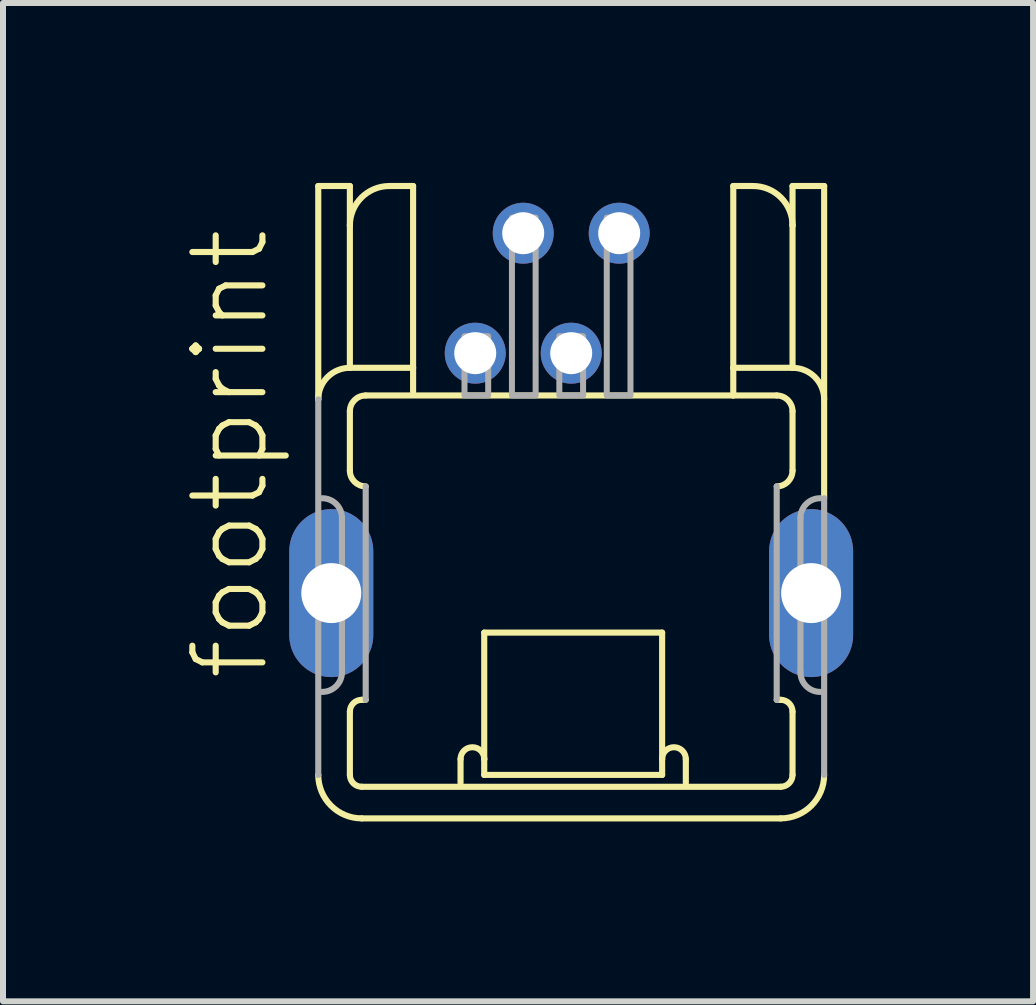
<source format=kicad_pcb>
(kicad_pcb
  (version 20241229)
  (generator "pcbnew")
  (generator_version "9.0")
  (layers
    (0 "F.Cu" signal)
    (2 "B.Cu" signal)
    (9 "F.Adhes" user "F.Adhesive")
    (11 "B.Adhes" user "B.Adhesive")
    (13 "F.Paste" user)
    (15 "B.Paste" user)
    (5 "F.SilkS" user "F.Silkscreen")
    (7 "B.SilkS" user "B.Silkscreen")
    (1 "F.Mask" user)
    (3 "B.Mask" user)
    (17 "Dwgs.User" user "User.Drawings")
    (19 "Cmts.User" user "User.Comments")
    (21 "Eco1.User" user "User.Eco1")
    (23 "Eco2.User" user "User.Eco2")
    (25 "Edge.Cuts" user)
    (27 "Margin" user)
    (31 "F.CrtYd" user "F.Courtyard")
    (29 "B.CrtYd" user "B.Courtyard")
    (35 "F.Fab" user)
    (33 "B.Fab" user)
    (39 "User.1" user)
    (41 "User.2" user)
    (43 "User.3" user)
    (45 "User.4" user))
  (footprint "footprint"
    (layer "F.Cu")
    (at 6.473 6.838)
    (property "Reference" "footprint" (at -5 1.5 90) (layer "F.SilkS") (effects (font (size 1.168 1.168) (thickness 0.102)) (justify left bottom)))
    (fp_line (start -4.217 -6.787) (end -4.217 -3.229) (stroke (width 0.102) (type solid)) (layer "F.SilkS"))
    (fp_line (start -4.217 -6.787) (end -3.69 -6.787) (stroke (width 0.102) (type solid)) (layer "F.SilkS"))
    (fp_line (start -4.217 -3.229) (end -4.217 -3.229) (stroke (width 0.102) (type solid)) (layer "F.SilkS"))
    (fp_line (start -4.217 3.031) (end -4.217 3.031) (stroke (width 0.102) (type solid)) (layer "F.SilkS"))
    (fp_line (start -3.69 -6.787) (end -3.69 -6.128) (stroke (width 0.102) (type solid)) (layer "F.SilkS"))
    (fp_line (start -3.69 -6.128) (end -3.69 -3.756) (stroke (width 0.102) (type solid)) (layer "F.SilkS"))
    (fp_line (start -3.69 -3.756) (end -2.636 -3.756) (stroke (width 0.102) (type solid)) (layer "F.SilkS"))
    (fp_line (start -3.69 -3.031) (end -3.69 -2.043) (stroke (width 0.102) (type solid)) (layer "F.SilkS"))
    (fp_line (start -3.69 1.977) (end -3.69 3.031) (stroke (width 0.102) (type solid)) (layer "F.SilkS"))
    (fp_line (start -3.492 3.229) (end 3.492 3.229) (stroke (width 0.102) (type solid)) (layer "F.SilkS"))
    (fp_line (start -3.492 3.756) (end 3.492 3.756) (stroke (width 0.102) (type solid)) (layer "F.SilkS"))
    (fp_line (start -3.426 1.779) (end -3.492 1.779) (stroke (width 0.102) (type solid)) (layer "F.SilkS"))
    (fp_line (start -2.636 -6.787) (end -3.031 -6.787) (stroke (width 0.102) (type solid)) (layer "F.SilkS"))
    (fp_line (start -2.636 -3.756) (end -2.636 -6.787) (stroke (width 0.102) (type solid)) (layer "F.SilkS"))
    (fp_line (start -2.636 -3.756) (end -2.636 -3.36) (stroke (width 0.102) (type solid)) (layer "F.SilkS"))
    (fp_line (start -1.845 3.163) (end -1.845 2.767) (stroke (width 0.102) (type solid)) (layer "F.SilkS"))
    (fp_line (start -1.45 0.659) (end 1.516 0.659) (stroke (width 0.102) (type solid)) (layer "F.SilkS"))
    (fp_line (start -1.45 2.767) (end -1.45 0.659) (stroke (width 0.102) (type solid)) (layer "F.SilkS"))
    (fp_line (start -1.45 3.031) (end -1.45 2.767) (stroke (width 0.102) (type solid)) (layer "F.SilkS"))
    (fp_line (start 1.516 0.659) (end 1.516 2.767) (stroke (width 0.102) (type solid)) (layer "F.SilkS"))
    (fp_line (start 1.516 2.767) (end 1.516 3.031) (stroke (width 0.102) (type solid)) (layer "F.SilkS"))
    (fp_line (start 1.516 3.031) (end -1.45 3.031) (stroke (width 0.102) (type solid)) (layer "F.SilkS"))
    (fp_line (start 1.911 3.163) (end 1.911 2.767) (stroke (width 0.102) (type solid)) (layer "F.SilkS"))
    (fp_line (start 2.702 -6.787) (end 2.702 -3.756) (stroke (width 0.102) (type solid)) (layer "F.SilkS"))
    (fp_line (start 2.702 -6.787) (end 3.031 -6.787) (stroke (width 0.102) (type solid)) (layer "F.SilkS"))
    (fp_line (start 2.702 -3.756) (end 2.702 -3.295) (stroke (width 0.102) (type solid)) (layer "F.SilkS"))
    (fp_line (start 2.702 -3.756) (end 3.69 -3.756) (stroke (width 0.102) (type solid)) (layer "F.SilkS"))
    (fp_line (start 2.702 -3.295) (end -3.426 -3.295) (stroke (width 0.102) (type solid)) (layer "F.SilkS"))
    (fp_line (start 2.702 -3.295) (end 3.426 -3.295) (stroke (width 0.102) (type solid)) (layer "F.SilkS"))
    (fp_line (start 3.492 1.779) (end 3.426 1.779) (stroke (width 0.102) (type solid)) (layer "F.SilkS"))
    (fp_line (start 3.69 -6.787) (end 3.69 -6.128) (stroke (width 0.102) (type solid)) (layer "F.SilkS"))
    (fp_line (start 3.69 -6.128) (end 3.69 -3.756) (stroke (width 0.102) (type solid)) (layer "F.SilkS"))
    (fp_line (start 3.69 -3.031) (end 3.69 -2.043) (stroke (width 0.102) (type solid)) (layer "F.SilkS"))
    (fp_line (start 3.69 1.977) (end 3.69 3.031) (stroke (width 0.102) (type solid)) (layer "F.SilkS"))
    (fp_line (start 4.217 -6.787) (end 3.69 -6.787) (stroke (width 0.102) (type solid)) (layer "F.SilkS"))
    (fp_line (start 4.217 -1.581) (end 4.217 -6.787) (stroke (width 0.102) (type solid)) (layer "F.SilkS"))
    (fp_arc (start -4.217 -3.228698) (mid -4.062587 -3.601386) (end -3.6899 -3.7558) (stroke (width 0.1016) (type solid)) (layer "F.SilkS"))
    (fp_arc (start -3.6899 -6.127898) (mid -3.496884 -6.593782) (end -3.031 -6.7868) (stroke (width 0.1016) (type solid)) (layer "F.SilkS"))
    (fp_arc (start -3.6899 -3.0309) (mid -3.612693 -3.217293) (end -3.4263 -3.2945) (stroke (width 0.1016) (type solid)) (layer "F.SilkS"))
    (fp_arc (start -3.6899 1.9768) (mid -3.631995 1.837005) (end -3.4922 1.7791) (stroke (width 0.1016) (type solid)) (layer "F.SilkS"))
    (fp_arc (start -3.4922 3.2287) (mid -3.631966 3.170766) (end -3.6899 3.031) (stroke (width 0.1016) (type solid)) (layer "F.SilkS"))
    (fp_arc (start -3.4922 3.7557) (mid -4.004711 3.543411) (end -4.217 3.0309) (stroke (width 0.1016) (type solid)) (layer "F.SilkS"))
    (fp_arc (start -3.4263 -1.779) (mid -3.612693 -1.856207) (end -3.6899 -2.0426) (stroke (width 0.1016) (type solid)) (layer "F.SilkS"))
    (fp_arc (start -1.8449 2.7674) (mid -1.64725 2.56975) (end -1.4496 2.7674) (stroke (width 0.1016) (type solid)) (layer "F.SilkS"))
    (fp_arc (start 1.5155 2.7674) (mid 1.7132 2.5697) (end 1.9109 2.7674) (stroke (width 0.1016) (type solid)) (layer "F.SilkS"))
    (fp_arc (start 3.031 -6.7868) (mid 3.496913 -6.593813) (end 3.6899 -6.1279) (stroke (width 0.1016) (type solid)) (layer "F.SilkS"))
    (fp_arc (start 3.4263 -3.2945) (mid 3.612693 -3.217293) (end 3.6899 -3.0309) (stroke (width 0.1016) (type solid)) (layer "F.SilkS"))
    (fp_arc (start 3.492199 1.779099) (mid 3.632083 1.836916) (end 3.6899 1.9768) (stroke (width 0.1016) (type solid)) (layer "F.SilkS"))
    (fp_arc (start 3.6899 -2.0426) (mid 3.612693 -1.856207) (end 3.4263 -1.779) (stroke (width 0.1016) (type solid)) (layer "F.SilkS"))
    (fp_arc (start 3.6899 3.031) (mid 3.631995 3.170795) (end 3.4922 3.2287) (stroke (width 0.1016) (type solid)) (layer "F.SilkS"))
    (fp_arc (start 3.69 -3.7558) (mid 4.062716 -3.601416) (end 4.2171 -3.2287) (stroke (width 0.1016) (type solid)) (layer "F.SilkS"))
    (fp_arc (start 4.217 3.031) (mid 4.004711 3.543511) (end 3.4922 3.7558) (stroke (width 0.1016) (type solid)) (layer "F.SilkS"))
    (fp_line (start -4.217 -3.229) (end -4.217 3.031) (stroke (width 0.102) (type solid)) (layer "F.Fab"))
    (fp_line (start -3.822 -1.252) (end -3.822 1.318) (stroke (width 0.102) (type solid)) (layer "F.Fab"))
    (fp_line (start -3.426 -1.779) (end -3.426 1.779) (stroke (width 0.102) (type solid)) (layer "F.Fab"))
    (fp_line (start 3.426 1.779) (end 3.426 -1.779) (stroke (width 0.102) (type solid)) (layer "F.Fab"))
    (fp_line (start 3.822 1.318) (end 3.822 -1.252) (stroke (width 0.102) (type solid)) (layer "F.Fab"))
    (fp_line (start 4.217 3.031) (end 4.217 -1.581) (stroke (width 0.102) (type solid)) (layer "F.Fab"))
    (fp_arc (start -4.151 -1.5813) (mid -3.918079 -1.484821) (end -3.8216 -1.2519) (stroke (width 0.1016) (type solid)) (layer "F.Fab"))
    (fp_arc (start -3.8217 1.3179) (mid -3.918179 1.550821) (end -4.1511 1.6473) (stroke (width 0.1016) (type solid)) (layer "F.Fab"))
    (fp_arc (start 3.8218 -1.252) (mid 3.918279 -1.484921) (end 4.1512 -1.5814) (stroke (width 0.1016) (type solid)) (layer "F.Fab"))
    (fp_arc (start 4.1511 1.6472) (mid 3.918179 1.550721) (end 3.8217 1.3178) (stroke (width 0.1016) (type solid)) (layer "F.Fab"))
    (fp_poly (pts (xy -1.779 -3.295) (xy -1.384 -3.295) (xy -1.384 -4.283) (xy -1.779 -4.283)) (stroke (width 0.1) (type solid)) (fill no) (layer "F.Fab"))
    (fp_poly (pts (xy -0.988 -3.295) (xy -0.593 -3.295) (xy -0.593 -6.26) (xy -0.988 -6.26)) (stroke (width 0.1) (type solid)) (fill no) (layer "F.Fab"))
    (fp_poly (pts (xy -0.198 -3.295) (xy 0.198 -3.295) (xy 0.198 -4.283) (xy -0.198 -4.283)) (stroke (width 0.1) (type solid)) (fill no) (layer "F.Fab"))
    (fp_poly (pts (xy 0.593 -3.295) (xy 0.988 -3.295) (xy 0.988 -6.26) (xy 0.593 -6.26)) (stroke (width 0.1) (type solid)) (fill no) (layer "F.Fab"))
    (pad "1" thru_hole circle (at -1.6 -4) (size 1.016 1.016) (drill 0.7) (layers "*.Cu" "*.Mask"))
    (pad "2" thru_hole circle (at -0.8 -6) (size 1.016 1.016) (drill 0.7) (layers "*.Cu" "*.Mask"))
    (pad "3" thru_hole circle (at 0 -4) (size 1.016 1.016) (drill 0.7) (layers "*.Cu" "*.Mask"))
    (pad "4" thru_hole circle (at 0.8 -6) (size 1.016 1.016) (drill 0.7) (layers "*.Cu" "*.Mask"))
    (pad "M1" thru_hole oval (at -4 0 90) (size 2.8 1.4) (drill 1) (layers "*.Cu" "*.Mask"))
    (pad "M2" thru_hole oval (at 4 0 90) (size 2.8 1.4) (drill 1) (layers "*.Cu" "*.Mask")))
  (gr_rect
    (start -3 -3)
    (end 14.173 13.644)
    (stroke (width 0.1) (type default))
    (fill no)
    (layer "Edge.Cuts")))
</source>
